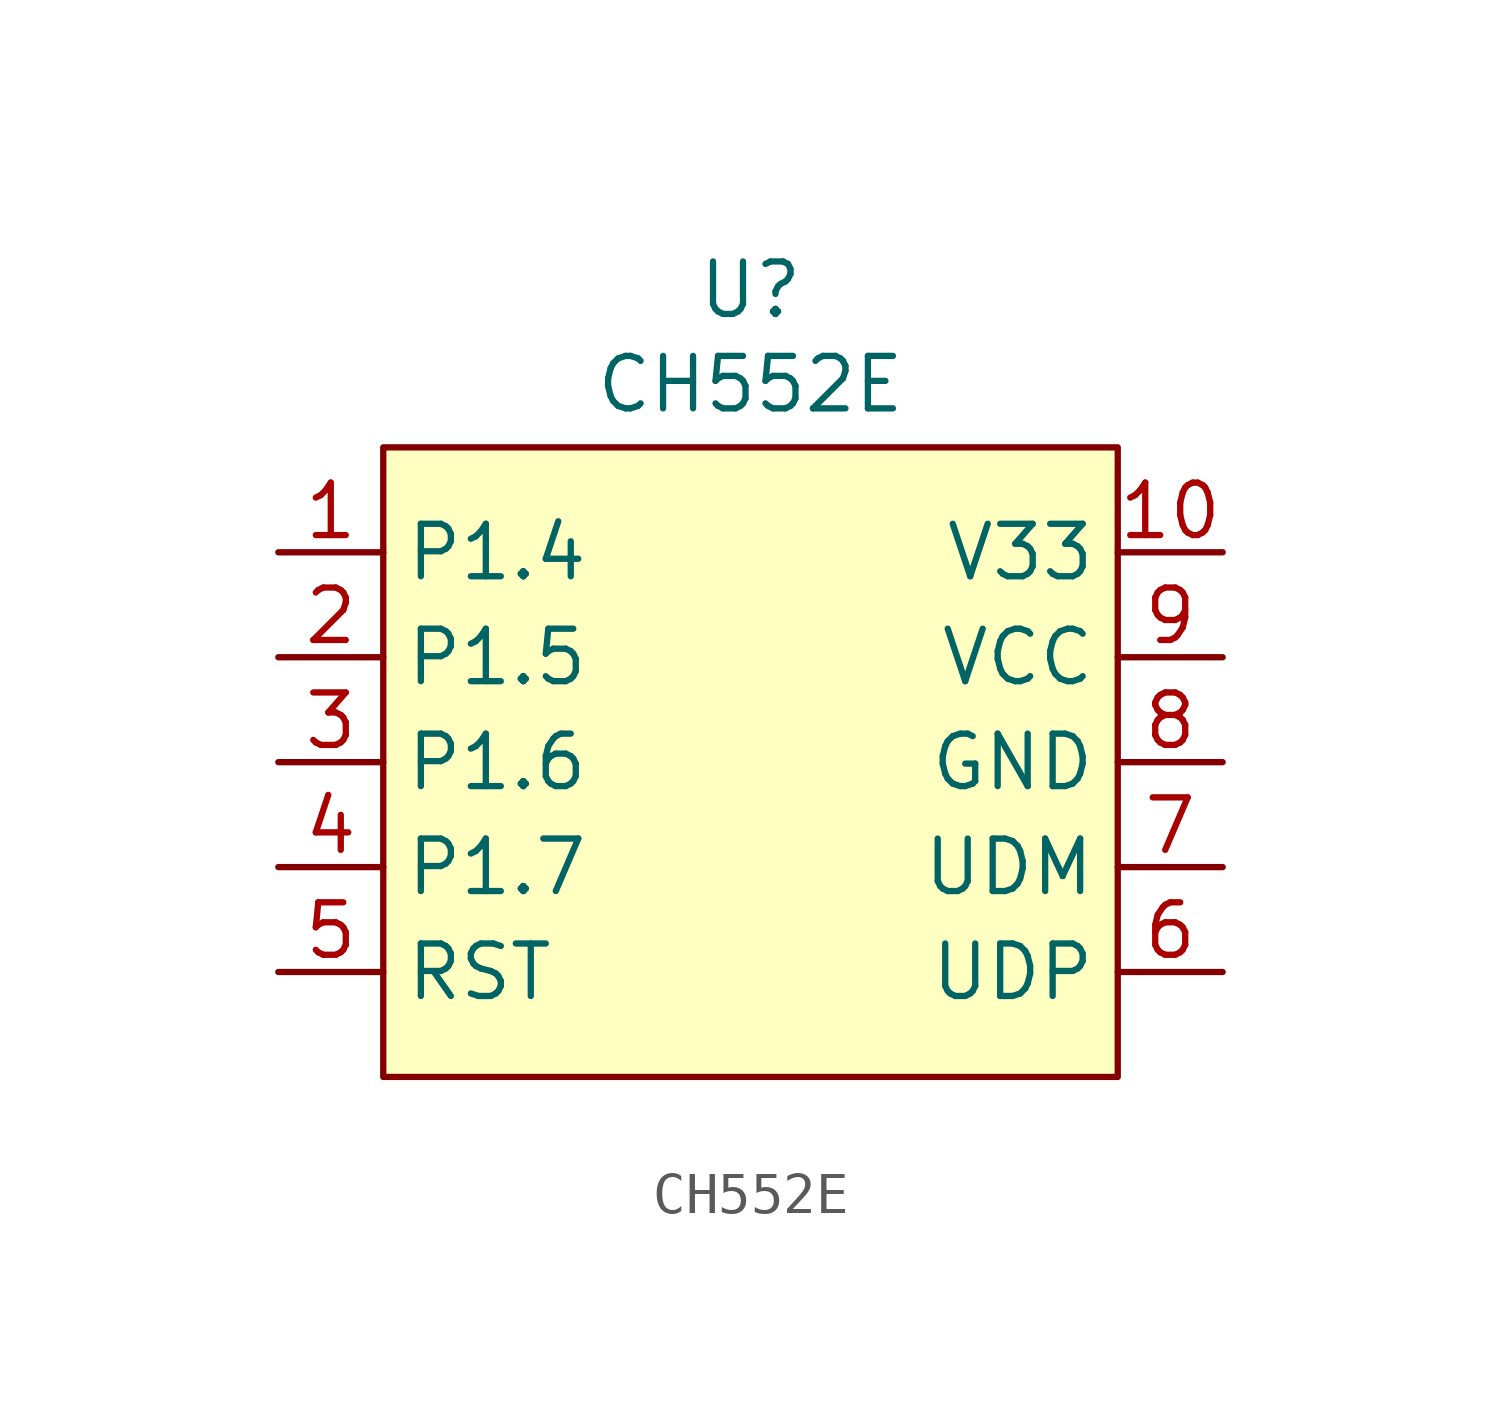
<source format=kicad_sym>
(kicad_symbol_lib
  (version 20241209)
  (generator "kicad_symbol_editor")
  (generator_version "9.0")
  (symbol "CH552E"
    (property "Reference" "U"
      (at 0 11.43 0)
      (effects (font (size 1.27 1.27))))
    (property "Value" "CH552E"
      (at 0 9.144 0)
      (effects (font (size 1.27 1.27))))
    (symbol "CH552E_1_1"
      (rectangle (start -8.89 7.62) (end 8.89 -7.62) (stroke (width 0) (type solid)) (fill (type background)))
      (pin bidirectional line (at -11.43 5.08 0) (length 2.54) (name "P1.4" (effects (font (size 1.27 1.27)))) (number "1" (effects (font (size 1.27 1.27)))))
      (pin bidirectional line (at -11.43 2.54 0) (length 2.54) (name "P1.5" (effects (font (size 1.27 1.27)))) (number "2" (effects (font (size 1.27 1.27)))))
      (pin bidirectional line (at -11.43 0 0) (length 2.54) (name "P1.6" (effects (font (size 1.27 1.27)))) (number "3" (effects (font (size 1.27 1.27)))))
      (pin bidirectional line (at -11.43 -2.54 0) (length 2.54) (name "P1.7" (effects (font (size 1.27 1.27)))) (number "4" (effects (font (size 1.27 1.27)))))
      (pin input line (at -11.43 -5.08 0) (length 2.54) (name "RST" (effects (font (size 1.27 1.27)))) (number "5" (effects (font (size 1.27 1.27)))))
      (pin power_out line (at 11.43 5.08 180) (length 2.54) (name "V33" (effects (font (size 1.27 1.27)))) (number "10" (effects (font (size 1.27 1.27)))))
      (pin power_in line (at 11.43 2.54 180) (length 2.54) (name "VCC" (effects (font (size 1.27 1.27)))) (number "9" (effects (font (size 1.27 1.27)))))
      (pin power_in line (at 11.43 0 180) (length 2.54) (name "GND" (effects (font (size 1.27 1.27)))) (number "8" (effects (font (size 1.27 1.27)))))
      (pin bidirectional line (at 11.43 -2.54 180) (length 2.54) (name "UDM" (effects (font (size 1.27 1.27)))) (number "7" (effects (font (size 1.27 1.27)))) (alternate "P3.7" bidirectional line))
      (pin bidirectional line (at 11.43 -5.08 180) (length 2.54) (name "UDP" (effects (font (size 1.27 1.27)))) (number "6" (effects (font (size 1.27 1.27)))) (alternate "P3.6" bidirectional line)))))
</source>
